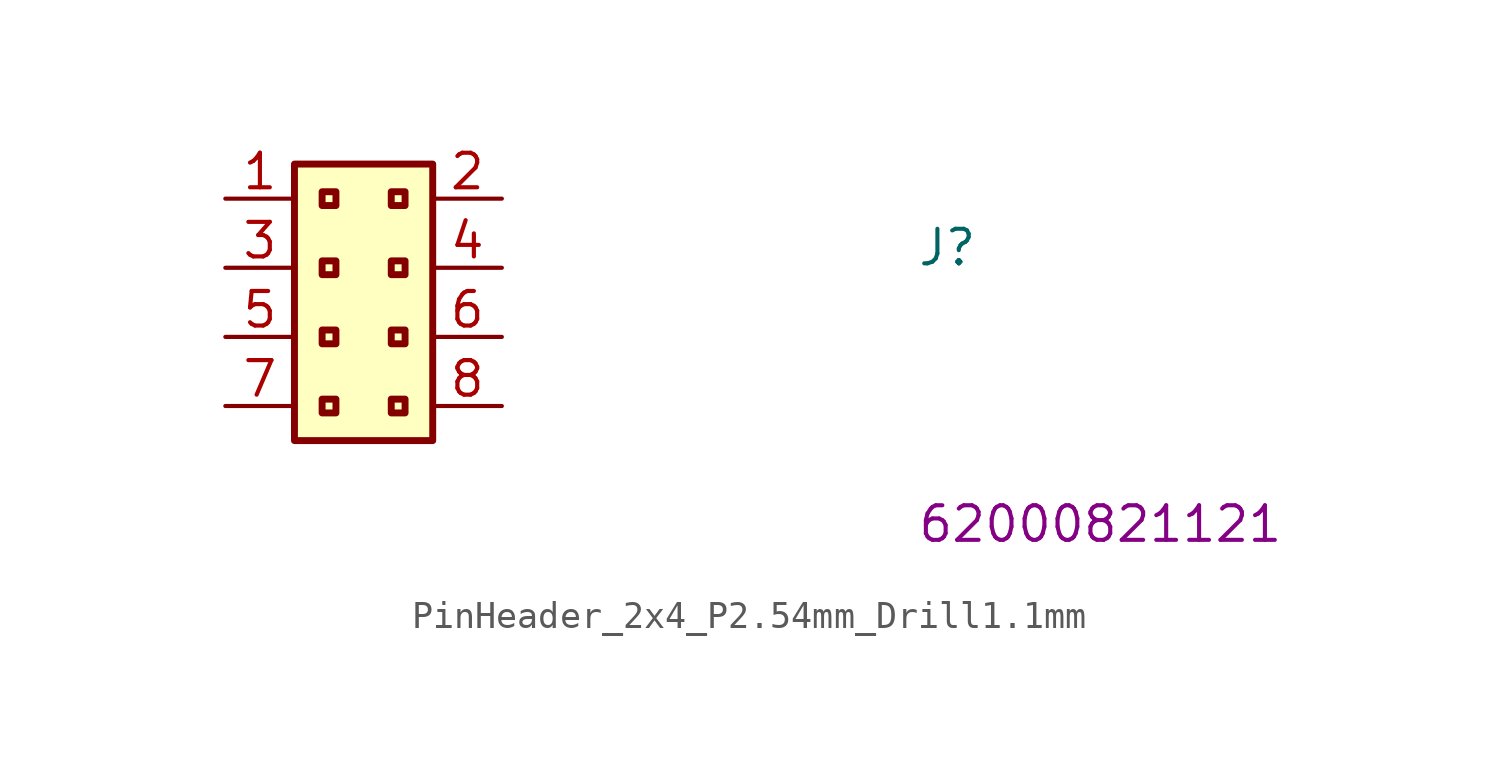
<source format=kicad_sym>
(kicad_symbol_lib
  (version 20220914)
  (generator kicad_symbol_editor)
  (symbol "PinHeader_2x4_P2.54mm_Drill1.1mm"
    (property "Reference" "J"
      (at 25.4 -2.54 0)
      (effects (font (size 1.27 1.27) (thickness 0.15)) (justify left bottom)))
    (property "MPN" "62000821121"
      (at 25.4 -12.7 0)
      (effects (font (size 1.27 1.27) (thickness 0.15)) (justify left bottom)))
    (symbol "PinHeader_2x4_P2.54mm_Drill1.1mm_1_1"
      (rectangle (start 2.54 1.27) (end 7.62 -8.89) (stroke (width 0.254) (type default)) (fill (type background)))
      (rectangle (start 3.556 -7.366) (end 4.064 -7.874) (stroke (width 0.254) (type default)) (fill (type background)))
      (rectangle (start 3.556 -4.826) (end 4.064 -5.334) (stroke (width 0.254) (type default)) (fill (type background)))
      (rectangle (start 3.556 -2.286) (end 4.064 -2.794) (stroke (width 0.254) (type default)) (fill (type background)))
      (rectangle (start 3.556 0.254) (end 4.064 -0.254) (stroke (width 0.254) (type default)) (fill (type background)))
      (rectangle (start 6.096 -7.366) (end 6.604 -7.874) (stroke (width 0.254) (type default)) (fill (type background)))
      (rectangle (start 6.096 -4.826) (end 6.604 -5.334) (stroke (width 0.254) (type default)) (fill (type background)))
      (rectangle (start 6.096 -2.286) (end 6.604 -2.794) (stroke (width 0.254) (type default)) (fill (type background)))
      (rectangle (start 6.096 0.254) (end 6.604 -0.254) (stroke (width 0.254) (type default)) (fill (type background)))
      (pin passive line (at 0 0 0) (length 2.54) (name "~" (effects (font (size 1.27 1.27)))) (number "1" (effects (font (size 1.27 1.27)))))
      (pin passive line (at 10.16 0 180) (length 2.54) (name "~" (effects (font (size 1.27 1.27)))) (number "2" (effects (font (size 1.27 1.27)))))
      (pin passive line (at 0 -2.54 0) (length 2.54) (name "~" (effects (font (size 1.27 1.27)))) (number "3" (effects (font (size 1.27 1.27)))))
      (pin passive line (at 10.16 -2.54 180) (length 2.54) (name "~" (effects (font (size 1.27 1.27)))) (number "4" (effects (font (size 1.27 1.27)))))
      (pin passive line (at 0 -5.08 0) (length 2.54) (name "~" (effects (font (size 1.27 1.27)))) (number "5" (effects (font (size 1.27 1.27)))))
      (pin passive line (at 10.16 -5.08 180) (length 2.54) (name "~" (effects (font (size 1.27 1.27)))) (number "6" (effects (font (size 1.27 1.27)))))
      (pin passive line (at 0 -7.62 0) (length 2.54) (name "~" (effects (font (size 1.27 1.27)))) (number "7" (effects (font (size 1.27 1.27)))))
      (pin passive line (at 10.16 -7.62 180) (length 2.54) (name "~" (effects (font (size 1.27 1.27)))) (number "8" (effects (font (size 1.27 1.27))))))))
</source>
